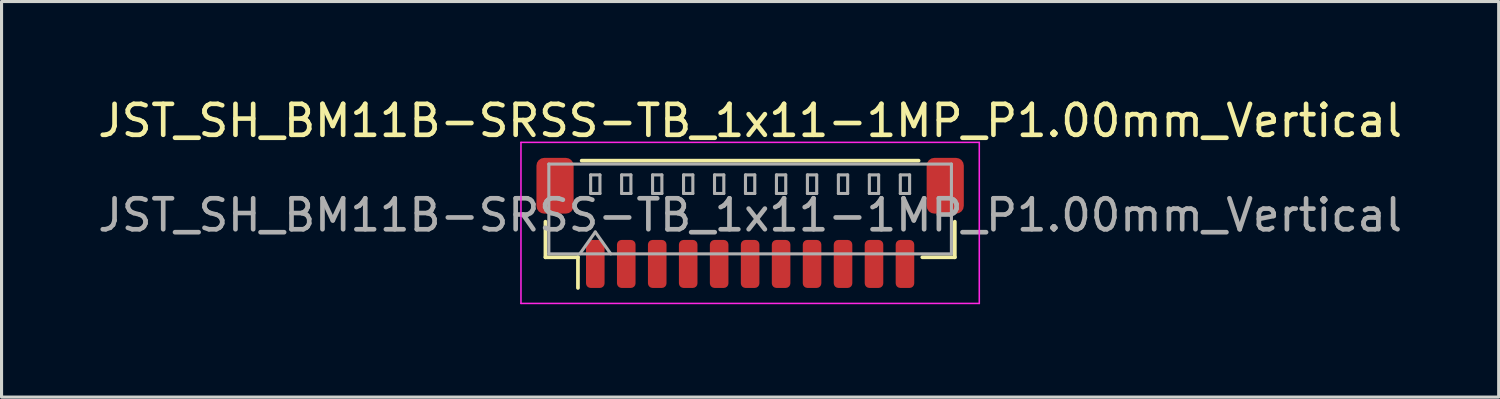
<source format=kicad_pcb>
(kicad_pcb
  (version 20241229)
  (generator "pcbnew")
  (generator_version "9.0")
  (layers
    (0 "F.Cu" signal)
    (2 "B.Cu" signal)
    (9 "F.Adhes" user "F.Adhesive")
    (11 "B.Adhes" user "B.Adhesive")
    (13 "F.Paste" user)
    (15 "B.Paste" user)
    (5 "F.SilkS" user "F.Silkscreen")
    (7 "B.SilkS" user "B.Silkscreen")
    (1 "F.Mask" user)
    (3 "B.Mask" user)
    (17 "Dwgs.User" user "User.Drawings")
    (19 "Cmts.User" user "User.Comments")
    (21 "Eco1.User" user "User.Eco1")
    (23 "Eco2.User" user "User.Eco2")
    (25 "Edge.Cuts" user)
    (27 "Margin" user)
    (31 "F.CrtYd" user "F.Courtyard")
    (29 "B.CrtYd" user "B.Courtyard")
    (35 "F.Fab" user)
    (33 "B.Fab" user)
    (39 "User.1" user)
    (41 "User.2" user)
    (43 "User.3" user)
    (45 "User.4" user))
  (footprint "JST_SH_BM11B-SRSS-TB_1x11-1MP_P1.00mm_Vertical"
    (layer "F.Cu")
    (at 21.173 4.148)
    (property "Reference" "JST_SH_BM11B-SRSS-TB_1x11-1MP_P1.00mm_Vertical" (at 0 -3.3 0) (layer "F.SilkS") (effects (font (size 1 1) (thickness 0.15))))
    (attr smd)
    (fp_line (start -6.61 -0.04) (end -6.61 1.11) (stroke (width 0.12) (type solid)) (layer "F.SilkS"))
    (fp_line (start -6.61 1.11) (end -5.56 1.11) (stroke (width 0.12) (type solid)) (layer "F.SilkS"))
    (fp_line (start -5.56 1.11) (end -5.56 2.1) (stroke (width 0.12) (type solid)) (layer "F.SilkS"))
    (fp_line (start -5.44 -2.01) (end 5.44 -2.01) (stroke (width 0.12) (type solid)) (layer "F.SilkS"))
    (fp_line (start 6.61 -0.04) (end 6.61 1.11) (stroke (width 0.12) (type solid)) (layer "F.SilkS"))
    (fp_line (start 6.61 1.11) (end 5.56 1.11) (stroke (width 0.12) (type solid)) (layer "F.SilkS"))
    (fp_line (start -7.4 -2.6) (end -7.4 2.6) (stroke (width 0.05) (type solid)) (layer "F.CrtYd"))
    (fp_line (start -7.4 2.6) (end 7.4 2.6) (stroke (width 0.05) (type solid)) (layer "F.CrtYd"))
    (fp_line (start 7.4 -2.6) (end -7.4 -2.6) (stroke (width 0.05) (type solid)) (layer "F.CrtYd"))
    (fp_line (start 7.4 2.6) (end 7.4 -2.6) (stroke (width 0.05) (type solid)) (layer "F.CrtYd"))
    (fp_line (start -6.5 -1.9) (end 6.5 -1.9) (stroke (width 0.1) (type solid)) (layer "F.Fab"))
    (fp_line (start -6.5 1) (end -6.5 -1.9) (stroke (width 0.1) (type solid)) (layer "F.Fab"))
    (fp_line (start -6.5 1) (end 6.5 1) (stroke (width 0.1) (type solid)) (layer "F.Fab"))
    (fp_line (start -5.5 1) (end -5 0.293) (stroke (width 0.1) (type solid)) (layer "F.Fab"))
    (fp_line (start -5.15 -1.55) (end -5.15 -0.95) (stroke (width 0.1) (type solid)) (layer "F.Fab"))
    (fp_line (start -5.15 -0.95) (end -4.85 -0.95) (stroke (width 0.1) (type solid)) (layer "F.Fab"))
    (fp_line (start -5 0.293) (end -4.5 1) (stroke (width 0.1) (type solid)) (layer "F.Fab"))
    (fp_line (start -4.85 -1.55) (end -5.15 -1.55) (stroke (width 0.1) (type solid)) (layer "F.Fab"))
    (fp_line (start -4.85 -0.95) (end -4.85 -1.55) (stroke (width 0.1) (type solid)) (layer "F.Fab"))
    (fp_line (start -4.15 -1.55) (end -4.15 -0.95) (stroke (width 0.1) (type solid)) (layer "F.Fab"))
    (fp_line (start -4.15 -0.95) (end -3.85 -0.95) (stroke (width 0.1) (type solid)) (layer "F.Fab"))
    (fp_line (start -3.85 -1.55) (end -4.15 -1.55) (stroke (width 0.1) (type solid)) (layer "F.Fab"))
    (fp_line (start -3.85 -0.95) (end -3.85 -1.55) (stroke (width 0.1) (type solid)) (layer "F.Fab"))
    (fp_line (start -3.15 -1.55) (end -3.15 -0.95) (stroke (width 0.1) (type solid)) (layer "F.Fab"))
    (fp_line (start -3.15 -0.95) (end -2.85 -0.95) (stroke (width 0.1) (type solid)) (layer "F.Fab"))
    (fp_line (start -2.85 -1.55) (end -3.15 -1.55) (stroke (width 0.1) (type solid)) (layer "F.Fab"))
    (fp_line (start -2.85 -0.95) (end -2.85 -1.55) (stroke (width 0.1) (type solid)) (layer "F.Fab"))
    (fp_line (start -2.15 -1.55) (end -2.15 -0.95) (stroke (width 0.1) (type solid)) (layer "F.Fab"))
    (fp_line (start -2.15 -0.95) (end -1.85 -0.95) (stroke (width 0.1) (type solid)) (layer "F.Fab"))
    (fp_line (start -1.85 -1.55) (end -2.15 -1.55) (stroke (width 0.1) (type solid)) (layer "F.Fab"))
    (fp_line (start -1.85 -0.95) (end -1.85 -1.55) (stroke (width 0.1) (type solid)) (layer "F.Fab"))
    (fp_line (start -1.15 -1.55) (end -1.15 -0.95) (stroke (width 0.1) (type solid)) (layer "F.Fab"))
    (fp_line (start -1.15 -0.95) (end -0.85 -0.95) (stroke (width 0.1) (type solid)) (layer "F.Fab"))
    (fp_line (start -0.85 -1.55) (end -1.15 -1.55) (stroke (width 0.1) (type solid)) (layer "F.Fab"))
    (fp_line (start -0.85 -0.95) (end -0.85 -1.55) (stroke (width 0.1) (type solid)) (layer "F.Fab"))
    (fp_line (start -0.15 -1.55) (end -0.15 -0.95) (stroke (width 0.1) (type solid)) (layer "F.Fab"))
    (fp_line (start -0.15 -0.95) (end 0.15 -0.95) (stroke (width 0.1) (type solid)) (layer "F.Fab"))
    (fp_line (start 0.15 -1.55) (end -0.15 -1.55) (stroke (width 0.1) (type solid)) (layer "F.Fab"))
    (fp_line (start 0.15 -0.95) (end 0.15 -1.55) (stroke (width 0.1) (type solid)) (layer "F.Fab"))
    (fp_line (start 0.85 -1.55) (end 0.85 -0.95) (stroke (width 0.1) (type solid)) (layer "F.Fab"))
    (fp_line (start 0.85 -0.95) (end 1.15 -0.95) (stroke (width 0.1) (type solid)) (layer "F.Fab"))
    (fp_line (start 1.15 -1.55) (end 0.85 -1.55) (stroke (width 0.1) (type solid)) (layer "F.Fab"))
    (fp_line (start 1.15 -0.95) (end 1.15 -1.55) (stroke (width 0.1) (type solid)) (layer "F.Fab"))
    (fp_line (start 1.85 -1.55) (end 1.85 -0.95) (stroke (width 0.1) (type solid)) (layer "F.Fab"))
    (fp_line (start 1.85 -0.95) (end 2.15 -0.95) (stroke (width 0.1) (type solid)) (layer "F.Fab"))
    (fp_line (start 2.15 -1.55) (end 1.85 -1.55) (stroke (width 0.1) (type solid)) (layer "F.Fab"))
    (fp_line (start 2.15 -0.95) (end 2.15 -1.55) (stroke (width 0.1) (type solid)) (layer "F.Fab"))
    (fp_line (start 2.85 -1.55) (end 2.85 -0.95) (stroke (width 0.1) (type solid)) (layer "F.Fab"))
    (fp_line (start 2.85 -0.95) (end 3.15 -0.95) (stroke (width 0.1) (type solid)) (layer "F.Fab"))
    (fp_line (start 3.15 -1.55) (end 2.85 -1.55) (stroke (width 0.1) (type solid)) (layer "F.Fab"))
    (fp_line (start 3.15 -0.95) (end 3.15 -1.55) (stroke (width 0.1) (type solid)) (layer "F.Fab"))
    (fp_line (start 3.85 -1.55) (end 3.85 -0.95) (stroke (width 0.1) (type solid)) (layer "F.Fab"))
    (fp_line (start 3.85 -0.95) (end 4.15 -0.95) (stroke (width 0.1) (type solid)) (layer "F.Fab"))
    (fp_line (start 4.15 -1.55) (end 3.85 -1.55) (stroke (width 0.1) (type solid)) (layer "F.Fab"))
    (fp_line (start 4.15 -0.95) (end 4.15 -1.55) (stroke (width 0.1) (type solid)) (layer "F.Fab"))
    (fp_line (start 4.85 -1.55) (end 4.85 -0.95) (stroke (width 0.1) (type solid)) (layer "F.Fab"))
    (fp_line (start 4.85 -0.95) (end 5.15 -0.95) (stroke (width 0.1) (type solid)) (layer "F.Fab"))
    (fp_line (start 5.15 -1.55) (end 4.85 -1.55) (stroke (width 0.1) (type solid)) (layer "F.Fab"))
    (fp_line (start 5.15 -0.95) (end 5.15 -1.55) (stroke (width 0.1) (type solid)) (layer "F.Fab"))
    (fp_line (start 6.5 1) (end 6.5 -1.9) (stroke (width 0.1) (type solid)) (layer "F.Fab"))
    (fp_text user "${REFERENCE}" (at 0 -0.25 0) (layer "F.Fab") (effects (font (size 1 1) (thickness 0.15))))
    (pad "1" smd roundrect (at -5 1.325) (size 0.6 1.55) (layers "F.Cu" "F.Mask" "F.Paste") (roundrect_rratio 0.25))
    (pad "2" smd roundrect (at -4 1.325) (size 0.6 1.55) (layers "F.Cu" "F.Mask" "F.Paste") (roundrect_rratio 0.25))
    (pad "3" smd roundrect (at -3 1.325) (size 0.6 1.55) (layers "F.Cu" "F.Mask" "F.Paste") (roundrect_rratio 0.25))
    (pad "4" smd roundrect (at -2 1.325) (size 0.6 1.55) (layers "F.Cu" "F.Mask" "F.Paste") (roundrect_rratio 0.25))
    (pad "5" smd roundrect (at -1 1.325) (size 0.6 1.55) (layers "F.Cu" "F.Mask" "F.Paste") (roundrect_rratio 0.25))
    (pad "6" smd roundrect (at 0 1.325) (size 0.6 1.55) (layers "F.Cu" "F.Mask" "F.Paste") (roundrect_rratio 0.25))
    (pad "7" smd roundrect (at 1 1.325) (size 0.6 1.55) (layers "F.Cu" "F.Mask" "F.Paste") (roundrect_rratio 0.25))
    (pad "8" smd roundrect (at 2 1.325) (size 0.6 1.55) (layers "F.Cu" "F.Mask" "F.Paste") (roundrect_rratio 0.25))
    (pad "9" smd roundrect (at 3 1.325) (size 0.6 1.55) (layers "F.Cu" "F.Mask" "F.Paste") (roundrect_rratio 0.25))
    (pad "10" smd roundrect (at 4 1.325) (size 0.6 1.55) (layers "F.Cu" "F.Mask" "F.Paste") (roundrect_rratio 0.25))
    (pad "11" smd roundrect (at 5 1.325) (size 0.6 1.55) (layers "F.Cu" "F.Mask" "F.Paste") (roundrect_rratio 0.25))
    (pad "MP" smd roundrect (at -6.3 -1.2) (size 1.2 1.8) (layers "F.Cu" "F.Mask" "F.Paste") (roundrect_rratio 0.208))
    (pad "MP" smd roundrect (at 6.3 -1.2) (size 1.2 1.8) (layers "F.Cu" "F.Mask" "F.Paste") (roundrect_rratio 0.208)))
  (gr_rect
    (start -3 -3)
    (end 45.345 9.773)
    (stroke (width 0.1) (type default))
    (fill no)
    (layer "Edge.Cuts")))
</source>
